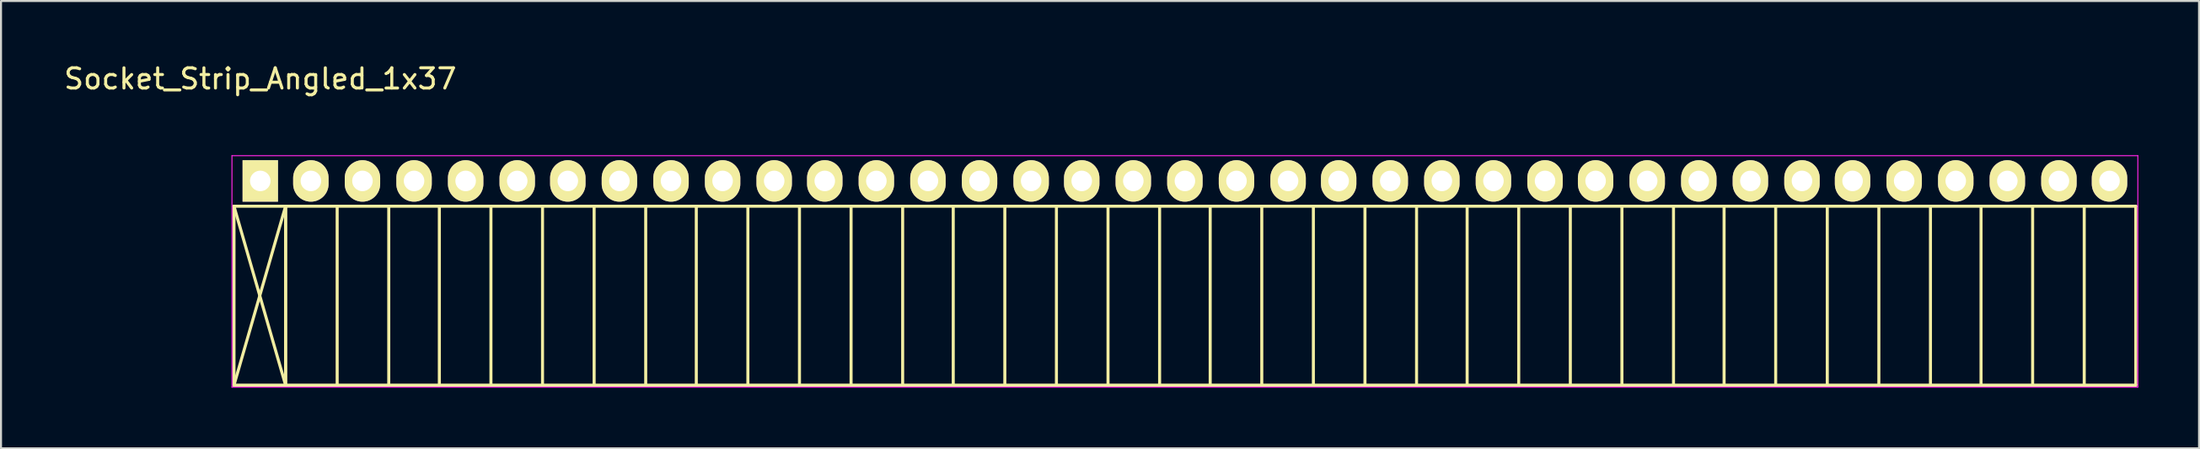
<source format=kicad_pcb>
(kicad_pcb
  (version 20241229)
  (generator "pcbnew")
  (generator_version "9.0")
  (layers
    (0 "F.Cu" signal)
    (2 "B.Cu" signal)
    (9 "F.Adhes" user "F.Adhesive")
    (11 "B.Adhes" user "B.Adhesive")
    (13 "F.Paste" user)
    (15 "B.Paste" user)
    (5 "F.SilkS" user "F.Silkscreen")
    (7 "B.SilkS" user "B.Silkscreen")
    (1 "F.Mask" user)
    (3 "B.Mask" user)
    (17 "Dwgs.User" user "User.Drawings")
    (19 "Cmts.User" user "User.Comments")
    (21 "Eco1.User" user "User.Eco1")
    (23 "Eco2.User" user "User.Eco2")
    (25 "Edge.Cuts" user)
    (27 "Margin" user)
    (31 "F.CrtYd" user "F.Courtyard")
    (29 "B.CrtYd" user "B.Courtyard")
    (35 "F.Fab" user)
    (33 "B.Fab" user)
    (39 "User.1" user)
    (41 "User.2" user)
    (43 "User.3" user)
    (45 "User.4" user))
  (footprint "Socket_Strip_Angled_1x37"
    (layer "F.Cu")
    (at 9.815 5.898)
    (property "Reference" "Socket_Strip_Angled_1x37" (at 0 -5.05 0) (layer "F.SilkS") (effects (font (size 1 1) (thickness 0.15))))
    (attr through_hole)
    (fp_line (start -1.3 1.25) (end -1.3 10.1) (stroke (width 0.15) (type solid)) (layer "F.SilkS"))
    (fp_line (start -1.3 1.25) (end 1.25 1.25) (stroke (width 0.15) (type solid)) (layer "F.SilkS"))
    (fp_line (start -1.3 1.25) (end 1.25 10.1) (stroke (width 0.15) (type solid)) (layer "F.SilkS"))
    (fp_line (start -1.3 10.1) (end 1.25 1.25) (stroke (width 0.15) (type solid)) (layer "F.SilkS"))
    (fp_line (start -1.3 10.1) (end 1.25 10.1) (stroke (width 0.15) (type solid)) (layer "F.SilkS"))
    (fp_line (start 1.25 1.25) (end 1.25 10.1) (stroke (width 0.15) (type solid)) (layer "F.SilkS"))
    (fp_line (start 1.25 1.25) (end 3.8 1.25) (stroke (width 0.15) (type solid)) (layer "F.SilkS"))
    (fp_line (start 1.25 10.1) (end 1.25 1.25) (stroke (width 0.15) (type solid)) (layer "F.SilkS"))
    (fp_line (start 1.25 10.1) (end 3.8 10.1) (stroke (width 0.15) (type solid)) (layer "F.SilkS"))
    (fp_line (start 3.8 1.25) (end 6.35 1.25) (stroke (width 0.15) (type solid)) (layer "F.SilkS"))
    (fp_line (start 3.8 10.1) (end 3.8 1.25) (stroke (width 0.15) (type solid)) (layer "F.SilkS"))
    (fp_line (start 3.8 10.1) (end 6.35 10.1) (stroke (width 0.15) (type solid)) (layer "F.SilkS"))
    (fp_line (start 6.35 1.25) (end 8.85 1.25) (stroke (width 0.15) (type solid)) (layer "F.SilkS"))
    (fp_line (start 6.35 10.1) (end 6.35 1.25) (stroke (width 0.15) (type solid)) (layer "F.SilkS"))
    (fp_line (start 6.35 10.1) (end 8.85 10.1) (stroke (width 0.15) (type solid)) (layer "F.SilkS"))
    (fp_line (start 8.85 1.25) (end 11.4 1.25) (stroke (width 0.15) (type solid)) (layer "F.SilkS"))
    (fp_line (start 8.85 10.1) (end 8.85 1.25) (stroke (width 0.15) (type solid)) (layer "F.SilkS"))
    (fp_line (start 8.85 10.1) (end 11.4 10.1) (stroke (width 0.15) (type solid)) (layer "F.SilkS"))
    (fp_line (start 11.4 1.25) (end 13.95 1.25) (stroke (width 0.15) (type solid)) (layer "F.SilkS"))
    (fp_line (start 11.4 10.1) (end 11.4 1.25) (stroke (width 0.15) (type solid)) (layer "F.SilkS"))
    (fp_line (start 11.4 10.1) (end 13.95 10.1) (stroke (width 0.15) (type solid)) (layer "F.SilkS"))
    (fp_line (start 13.95 1.25) (end 16.5 1.25) (stroke (width 0.15) (type solid)) (layer "F.SilkS"))
    (fp_line (start 13.95 10.1) (end 13.95 1.25) (stroke (width 0.15) (type solid)) (layer "F.SilkS"))
    (fp_line (start 13.95 10.1) (end 16.5 10.1) (stroke (width 0.15) (type solid)) (layer "F.SilkS"))
    (fp_line (start 16.5 1.25) (end 19.05 1.25) (stroke (width 0.15) (type solid)) (layer "F.SilkS"))
    (fp_line (start 16.5 10.1) (end 16.5 1.25) (stroke (width 0.15) (type solid)) (layer "F.SilkS"))
    (fp_line (start 16.5 10.1) (end 19.05 10.1) (stroke (width 0.15) (type solid)) (layer "F.SilkS"))
    (fp_line (start 19.05 1.25) (end 21.55 1.25) (stroke (width 0.15) (type solid)) (layer "F.SilkS"))
    (fp_line (start 19.05 10.1) (end 19.05 1.25) (stroke (width 0.15) (type solid)) (layer "F.SilkS"))
    (fp_line (start 19.05 10.1) (end 21.55 10.1) (stroke (width 0.15) (type solid)) (layer "F.SilkS"))
    (fp_line (start 21.55 1.25) (end 24.1 1.25) (stroke (width 0.15) (type solid)) (layer "F.SilkS"))
    (fp_line (start 21.55 10.1) (end 21.55 1.25) (stroke (width 0.15) (type solid)) (layer "F.SilkS"))
    (fp_line (start 21.55 10.1) (end 24.1 10.1) (stroke (width 0.15) (type solid)) (layer "F.SilkS"))
    (fp_line (start 24.1 1.25) (end 26.65 1.25) (stroke (width 0.15) (type solid)) (layer "F.SilkS"))
    (fp_line (start 24.1 10.1) (end 24.1 1.25) (stroke (width 0.15) (type solid)) (layer "F.SilkS"))
    (fp_line (start 24.1 10.1) (end 26.65 10.1) (stroke (width 0.15) (type solid)) (layer "F.SilkS"))
    (fp_line (start 26.65 1.25) (end 29.2 1.25) (stroke (width 0.15) (type solid)) (layer "F.SilkS"))
    (fp_line (start 26.65 10.1) (end 26.65 1.25) (stroke (width 0.15) (type solid)) (layer "F.SilkS"))
    (fp_line (start 26.65 10.1) (end 29.2 10.1) (stroke (width 0.15) (type solid)) (layer "F.SilkS"))
    (fp_line (start 29.2 1.25) (end 31.75 1.25) (stroke (width 0.15) (type solid)) (layer "F.SilkS"))
    (fp_line (start 29.2 10.1) (end 29.2 1.25) (stroke (width 0.15) (type solid)) (layer "F.SilkS"))
    (fp_line (start 29.2 10.1) (end 31.75 10.1) (stroke (width 0.15) (type solid)) (layer "F.SilkS"))
    (fp_line (start 31.75 1.25) (end 34.25 1.25) (stroke (width 0.15) (type solid)) (layer "F.SilkS"))
    (fp_line (start 31.75 10.1) (end 31.75 1.25) (stroke (width 0.15) (type solid)) (layer "F.SilkS"))
    (fp_line (start 31.75 10.1) (end 34.25 10.1) (stroke (width 0.15) (type solid)) (layer "F.SilkS"))
    (fp_line (start 34.25 1.25) (end 36.8 1.25) (stroke (width 0.15) (type solid)) (layer "F.SilkS"))
    (fp_line (start 34.25 10.1) (end 34.25 1.25) (stroke (width 0.15) (type solid)) (layer "F.SilkS"))
    (fp_line (start 34.25 10.1) (end 36.8 10.1) (stroke (width 0.15) (type solid)) (layer "F.SilkS"))
    (fp_line (start 36.8 1.25) (end 39.35 1.25) (stroke (width 0.15) (type solid)) (layer "F.SilkS"))
    (fp_line (start 36.8 10.1) (end 36.8 1.25) (stroke (width 0.15) (type solid)) (layer "F.SilkS"))
    (fp_line (start 36.8 10.1) (end 39.35 10.1) (stroke (width 0.15) (type solid)) (layer "F.SilkS"))
    (fp_line (start 39.35 1.25) (end 41.9 1.25) (stroke (width 0.15) (type solid)) (layer "F.SilkS"))
    (fp_line (start 39.35 10.1) (end 39.35 1.25) (stroke (width 0.15) (type solid)) (layer "F.SilkS"))
    (fp_line (start 39.35 10.1) (end 41.9 10.1) (stroke (width 0.15) (type solid)) (layer "F.SilkS"))
    (fp_line (start 41.9 1.25) (end 44.45 1.25) (stroke (width 0.15) (type solid)) (layer "F.SilkS"))
    (fp_line (start 41.9 10.1) (end 41.9 1.25) (stroke (width 0.15) (type solid)) (layer "F.SilkS"))
    (fp_line (start 41.9 10.1) (end 44.45 10.1) (stroke (width 0.15) (type solid)) (layer "F.SilkS"))
    (fp_line (start 44.45 1.25) (end 46.95 1.25) (stroke (width 0.15) (type solid)) (layer "F.SilkS"))
    (fp_line (start 44.45 10.1) (end 44.45 1.25) (stroke (width 0.15) (type solid)) (layer "F.SilkS"))
    (fp_line (start 44.45 10.1) (end 46.95 10.1) (stroke (width 0.15) (type solid)) (layer "F.SilkS"))
    (fp_line (start 46.95 1.25) (end 49.5 1.25) (stroke (width 0.15) (type solid)) (layer "F.SilkS"))
    (fp_line (start 46.95 10.1) (end 46.95 1.25) (stroke (width 0.15) (type solid)) (layer "F.SilkS"))
    (fp_line (start 46.95 10.1) (end 49.5 10.1) (stroke (width 0.15) (type solid)) (layer "F.SilkS"))
    (fp_line (start 49.5 1.25) (end 52.05 1.25) (stroke (width 0.15) (type solid)) (layer "F.SilkS"))
    (fp_line (start 49.5 10.1) (end 49.5 1.25) (stroke (width 0.15) (type solid)) (layer "F.SilkS"))
    (fp_line (start 49.5 10.1) (end 52.05 10.1) (stroke (width 0.15) (type solid)) (layer "F.SilkS"))
    (fp_line (start 52.05 1.25) (end 54.6 1.25) (stroke (width 0.15) (type solid)) (layer "F.SilkS"))
    (fp_line (start 52.05 10.1) (end 52.05 1.25) (stroke (width 0.15) (type solid)) (layer "F.SilkS"))
    (fp_line (start 52.05 10.1) (end 54.6 10.1) (stroke (width 0.15) (type solid)) (layer "F.SilkS"))
    (fp_line (start 54.6 1.25) (end 57.15 1.25) (stroke (width 0.15) (type solid)) (layer "F.SilkS"))
    (fp_line (start 54.6 10.1) (end 54.6 1.25) (stroke (width 0.15) (type solid)) (layer "F.SilkS"))
    (fp_line (start 54.6 10.1) (end 57.15 10.1) (stroke (width 0.15) (type solid)) (layer "F.SilkS"))
    (fp_line (start 57.15 1.25) (end 59.65 1.25) (stroke (width 0.15) (type solid)) (layer "F.SilkS"))
    (fp_line (start 57.15 10.1) (end 57.15 1.25) (stroke (width 0.15) (type solid)) (layer "F.SilkS"))
    (fp_line (start 57.15 10.1) (end 59.65 10.1) (stroke (width 0.15) (type solid)) (layer "F.SilkS"))
    (fp_line (start 59.65 1.25) (end 62.2 1.25) (stroke (width 0.15) (type solid)) (layer "F.SilkS"))
    (fp_line (start 59.65 10.1) (end 59.65 1.25) (stroke (width 0.15) (type solid)) (layer "F.SilkS"))
    (fp_line (start 59.65 10.1) (end 62.2 10.1) (stroke (width 0.15) (type solid)) (layer "F.SilkS"))
    (fp_line (start 62.2 1.25) (end 64.75 1.25) (stroke (width 0.15) (type solid)) (layer "F.SilkS"))
    (fp_line (start 62.2 10.1) (end 62.2 1.25) (stroke (width 0.15) (type solid)) (layer "F.SilkS"))
    (fp_line (start 62.2 10.1) (end 64.75 10.1) (stroke (width 0.15) (type solid)) (layer "F.SilkS"))
    (fp_line (start 64.75 1.25) (end 67.3 1.25) (stroke (width 0.15) (type solid)) (layer "F.SilkS"))
    (fp_line (start 64.75 10.1) (end 64.75 1.25) (stroke (width 0.15) (type solid)) (layer "F.SilkS"))
    (fp_line (start 64.75 10.1) (end 67.3 10.1) (stroke (width 0.15) (type solid)) (layer "F.SilkS"))
    (fp_line (start 67.3 1.25) (end 69.85 1.25) (stroke (width 0.15) (type solid)) (layer "F.SilkS"))
    (fp_line (start 67.3 10.1) (end 67.3 1.25) (stroke (width 0.15) (type solid)) (layer "F.SilkS"))
    (fp_line (start 67.3 10.1) (end 69.85 10.1) (stroke (width 0.15) (type solid)) (layer "F.SilkS"))
    (fp_line (start 69.85 1.25) (end 72.35 1.25) (stroke (width 0.15) (type solid)) (layer "F.SilkS"))
    (fp_line (start 69.85 10.1) (end 69.85 1.25) (stroke (width 0.15) (type solid)) (layer "F.SilkS"))
    (fp_line (start 69.85 10.1) (end 72.35 10.1) (stroke (width 0.15) (type solid)) (layer "F.SilkS"))
    (fp_line (start 72.35 1.25) (end 74.9 1.25) (stroke (width 0.15) (type solid)) (layer "F.SilkS"))
    (fp_line (start 72.35 10.1) (end 72.35 1.25) (stroke (width 0.15) (type solid)) (layer "F.SilkS"))
    (fp_line (start 72.35 10.1) (end 74.9 10.1) (stroke (width 0.15) (type solid)) (layer "F.SilkS"))
    (fp_line (start 74.9 1.25) (end 77.45 1.25) (stroke (width 0.15) (type solid)) (layer "F.SilkS"))
    (fp_line (start 74.9 10.1) (end 74.9 1.25) (stroke (width 0.15) (type solid)) (layer "F.SilkS"))
    (fp_line (start 74.9 10.1) (end 77.45 10.1) (stroke (width 0.15) (type solid)) (layer "F.SilkS"))
    (fp_line (start 77.45 1.25) (end 80 1.25) (stroke (width 0.15) (type solid)) (layer "F.SilkS"))
    (fp_line (start 77.45 10.1) (end 77.45 1.25) (stroke (width 0.15) (type solid)) (layer "F.SilkS"))
    (fp_line (start 77.45 10.1) (end 80 10.1) (stroke (width 0.15) (type solid)) (layer "F.SilkS"))
    (fp_line (start 80 1.25) (end 82.55 1.25) (stroke (width 0.15) (type solid)) (layer "F.SilkS"))
    (fp_line (start 80 10.1) (end 80 1.25) (stroke (width 0.15) (type solid)) (layer "F.SilkS"))
    (fp_line (start 80 10.1) (end 82.55 10.1) (stroke (width 0.15) (type solid)) (layer "F.SilkS"))
    (fp_line (start 82.55 1.25) (end 85.05 1.25) (stroke (width 0.15) (type solid)) (layer "F.SilkS"))
    (fp_line (start 82.55 10.1) (end 82.55 1.25) (stroke (width 0.15) (type solid)) (layer "F.SilkS"))
    (fp_line (start 82.55 10.1) (end 85.05 10.1) (stroke (width 0.15) (type solid)) (layer "F.SilkS"))
    (fp_line (start 85.05 1.25) (end 87.6 1.25) (stroke (width 0.15) (type solid)) (layer "F.SilkS"))
    (fp_line (start 85.05 10.1) (end 85.05 1.25) (stroke (width 0.15) (type solid)) (layer "F.SilkS"))
    (fp_line (start 85.05 10.1) (end 87.6 10.1) (stroke (width 0.15) (type solid)) (layer "F.SilkS"))
    (fp_line (start 87.6 1.25) (end 90.15 1.25) (stroke (width 0.15) (type solid)) (layer "F.SilkS"))
    (fp_line (start 87.6 10.1) (end 87.6 1.25) (stroke (width 0.15) (type solid)) (layer "F.SilkS"))
    (fp_line (start 87.6 10.1) (end 90.15 10.1) (stroke (width 0.15) (type solid)) (layer "F.SilkS"))
    (fp_line (start 90.15 1.25) (end 92.7 1.25) (stroke (width 0.15) (type solid)) (layer "F.SilkS"))
    (fp_line (start 90.15 10.1) (end 90.15 1.25) (stroke (width 0.15) (type solid)) (layer "F.SilkS"))
    (fp_line (start 90.15 10.1) (end 92.7 10.1) (stroke (width 0.15) (type solid)) (layer "F.SilkS"))
    (fp_line (start 92.7 10.1) (end 92.7 1.25) (stroke (width 0.15) (type solid)) (layer "F.SilkS"))
    (fp_line (start -1.4 -1.25) (end -1.4 10.2) (stroke (width 0.05) (type solid)) (layer "F.CrtYd"))
    (fp_line (start -1.4 -1.25) (end 92.8 -1.25) (stroke (width 0.05) (type solid)) (layer "F.CrtYd"))
    (fp_line (start -1.4 10.2) (end 92.8 10.2) (stroke (width 0.05) (type solid)) (layer "F.CrtYd"))
    (fp_line (start 92.8 -1.25) (end 92.8 10.2) (stroke (width 0.05) (type solid)) (layer "F.CrtYd"))
    (pad "1" thru_hole rect (at 0 0) (size 1.75 2.05) (drill 1.016) (layers "*.Cu" "*.Mask" "F.SilkS"))
    (pad "2" thru_hole oval (at 2.5 0) (size 1.75 2.05) (drill 1.016) (layers "*.Cu" "*.Mask" "F.SilkS"))
    (pad "3" thru_hole oval (at 5.05 0) (size 1.75 2.05) (drill 1.016) (layers "*.Cu" "*.Mask" "F.SilkS"))
    (pad "4" thru_hole oval (at 7.6 0) (size 1.75 2.05) (drill 1.016) (layers "*.Cu" "*.Mask" "F.SilkS"))
    (pad "5" thru_hole oval (at 10.15 0) (size 1.75 2.05) (drill 1.016) (layers "*.Cu" "*.Mask" "F.SilkS"))
    (pad "6" thru_hole oval (at 12.7 0) (size 1.75 2.05) (drill 1.016) (layers "*.Cu" "*.Mask" "F.SilkS"))
    (pad "7" thru_hole oval (at 15.2 0) (size 1.75 2.05) (drill 1.016) (layers "*.Cu" "*.Mask" "F.SilkS"))
    (pad "8" thru_hole oval (at 17.75 0) (size 1.75 2.05) (drill 1.016) (layers "*.Cu" "*.Mask" "F.SilkS"))
    (pad "9" thru_hole oval (at 20.3 0) (size 1.75 2.05) (drill 1.016) (layers "*.Cu" "*.Mask" "F.SilkS"))
    (pad "10" thru_hole oval (at 22.85 0) (size 1.75 2.05) (drill 1.016) (layers "*.Cu" "*.Mask" "F.SilkS"))
    (pad "11" thru_hole oval (at 25.4 0) (size 1.75 2.05) (drill 1.016) (layers "*.Cu" "*.Mask" "F.SilkS"))
    (pad "12" thru_hole oval (at 27.9 0) (size 1.75 2.05) (drill 1.016) (layers "*.Cu" "*.Mask" "F.SilkS"))
    (pad "13" thru_hole oval (at 30.45 0) (size 1.75 2.05) (drill 1.016) (layers "*.Cu" "*.Mask" "F.SilkS"))
    (pad "14" thru_hole oval (at 33 0) (size 1.75 2.05) (drill 1.016) (layers "*.Cu" "*.Mask" "F.SilkS"))
    (pad "15" thru_hole oval (at 35.55 0) (size 1.75 2.05) (drill 1.016) (layers "*.Cu" "*.Mask" "F.SilkS"))
    (pad "16" thru_hole oval (at 38.1 0) (size 1.75 2.05) (drill 1.016) (layers "*.Cu" "*.Mask" "F.SilkS"))
    (pad "17" thru_hole oval (at 40.6 0) (size 1.75 2.05) (drill 1.016) (layers "*.Cu" "*.Mask" "F.SilkS"))
    (pad "18" thru_hole oval (at 43.15 0) (size 1.75 2.05) (drill 1.016) (layers "*.Cu" "*.Mask" "F.SilkS"))
    (pad "19" thru_hole oval (at 45.7 0) (size 1.75 2.05) (drill 1.016) (layers "*.Cu" "*.Mask" "F.SilkS"))
    (pad "20" thru_hole oval (at 48.25 0) (size 1.75 2.05) (drill 1.016) (layers "*.Cu" "*.Mask" "F.SilkS"))
    (pad "21" thru_hole oval (at 50.8 0) (size 1.75 2.05) (drill 1.016) (layers "*.Cu" "*.Mask" "F.SilkS"))
    (pad "22" thru_hole oval (at 53.3 0) (size 1.75 2.05) (drill 1.016) (layers "*.Cu" "*.Mask" "F.SilkS"))
    (pad "23" thru_hole oval (at 55.85 0) (size 1.75 2.05) (drill 1.016) (layers "*.Cu" "*.Mask" "F.SilkS"))
    (pad "24" thru_hole oval (at 58.4 0) (size 1.75 2.05) (drill 1.016) (layers "*.Cu" "*.Mask" "F.SilkS"))
    (pad "25" thru_hole oval (at 60.95 0) (size 1.75 2.05) (drill 1.016) (layers "*.Cu" "*.Mask" "F.SilkS"))
    (pad "26" thru_hole oval (at 63.5 0) (size 1.75 2.05) (drill 1.016) (layers "*.Cu" "*.Mask" "F.SilkS"))
    (pad "27" thru_hole oval (at 66 0) (size 1.75 2.05) (drill 1.016) (layers "*.Cu" "*.Mask" "F.SilkS"))
    (pad "28" thru_hole oval (at 68.55 0) (size 1.75 2.05) (drill 1.016) (layers "*.Cu" "*.Mask" "F.SilkS"))
    (pad "29" thru_hole oval (at 71.1 0) (size 1.75 2.05) (drill 1.016) (layers "*.Cu" "*.Mask" "F.SilkS"))
    (pad "30" thru_hole oval (at 73.65 0) (size 1.75 2.05) (drill 1.016) (layers "*.Cu" "*.Mask" "F.SilkS"))
    (pad "31" thru_hole oval (at 76.2 0) (size 1.75 2.05) (drill 1.016) (layers "*.Cu" "*.Mask" "F.SilkS"))
    (pad "32" thru_hole oval (at 78.7 0) (size 1.75 2.05) (drill 1.016) (layers "*.Cu" "*.Mask" "F.SilkS"))
    (pad "33" thru_hole oval (at 81.25 0) (size 1.75 2.05) (drill 1.016) (layers "*.Cu" "*.Mask" "F.SilkS"))
    (pad "34" thru_hole oval (at 83.8 0) (size 1.75 2.05) (drill 1.016) (layers "*.Cu" "*.Mask" "F.SilkS"))
    (pad "35" thru_hole oval (at 86.35 0) (size 1.75 2.05) (drill 1.016) (layers "*.Cu" "*.Mask" "F.SilkS"))
    (pad "36" thru_hole oval (at 88.9 0) (size 1.75 2.05) (drill 1.016) (layers "*.Cu" "*.Mask" "F.SilkS"))
    (pad "37" thru_hole oval (at 91.4 0) (size 1.75 2.05) (drill 1.016) (layers "*.Cu" "*.Mask" "F.SilkS")))
  (gr_rect
    (start -3 -3)
    (end 105.64 19.123)
    (stroke (width 0.1) (type default))
    (fill no)
    (layer "Edge.Cuts")))
</source>
